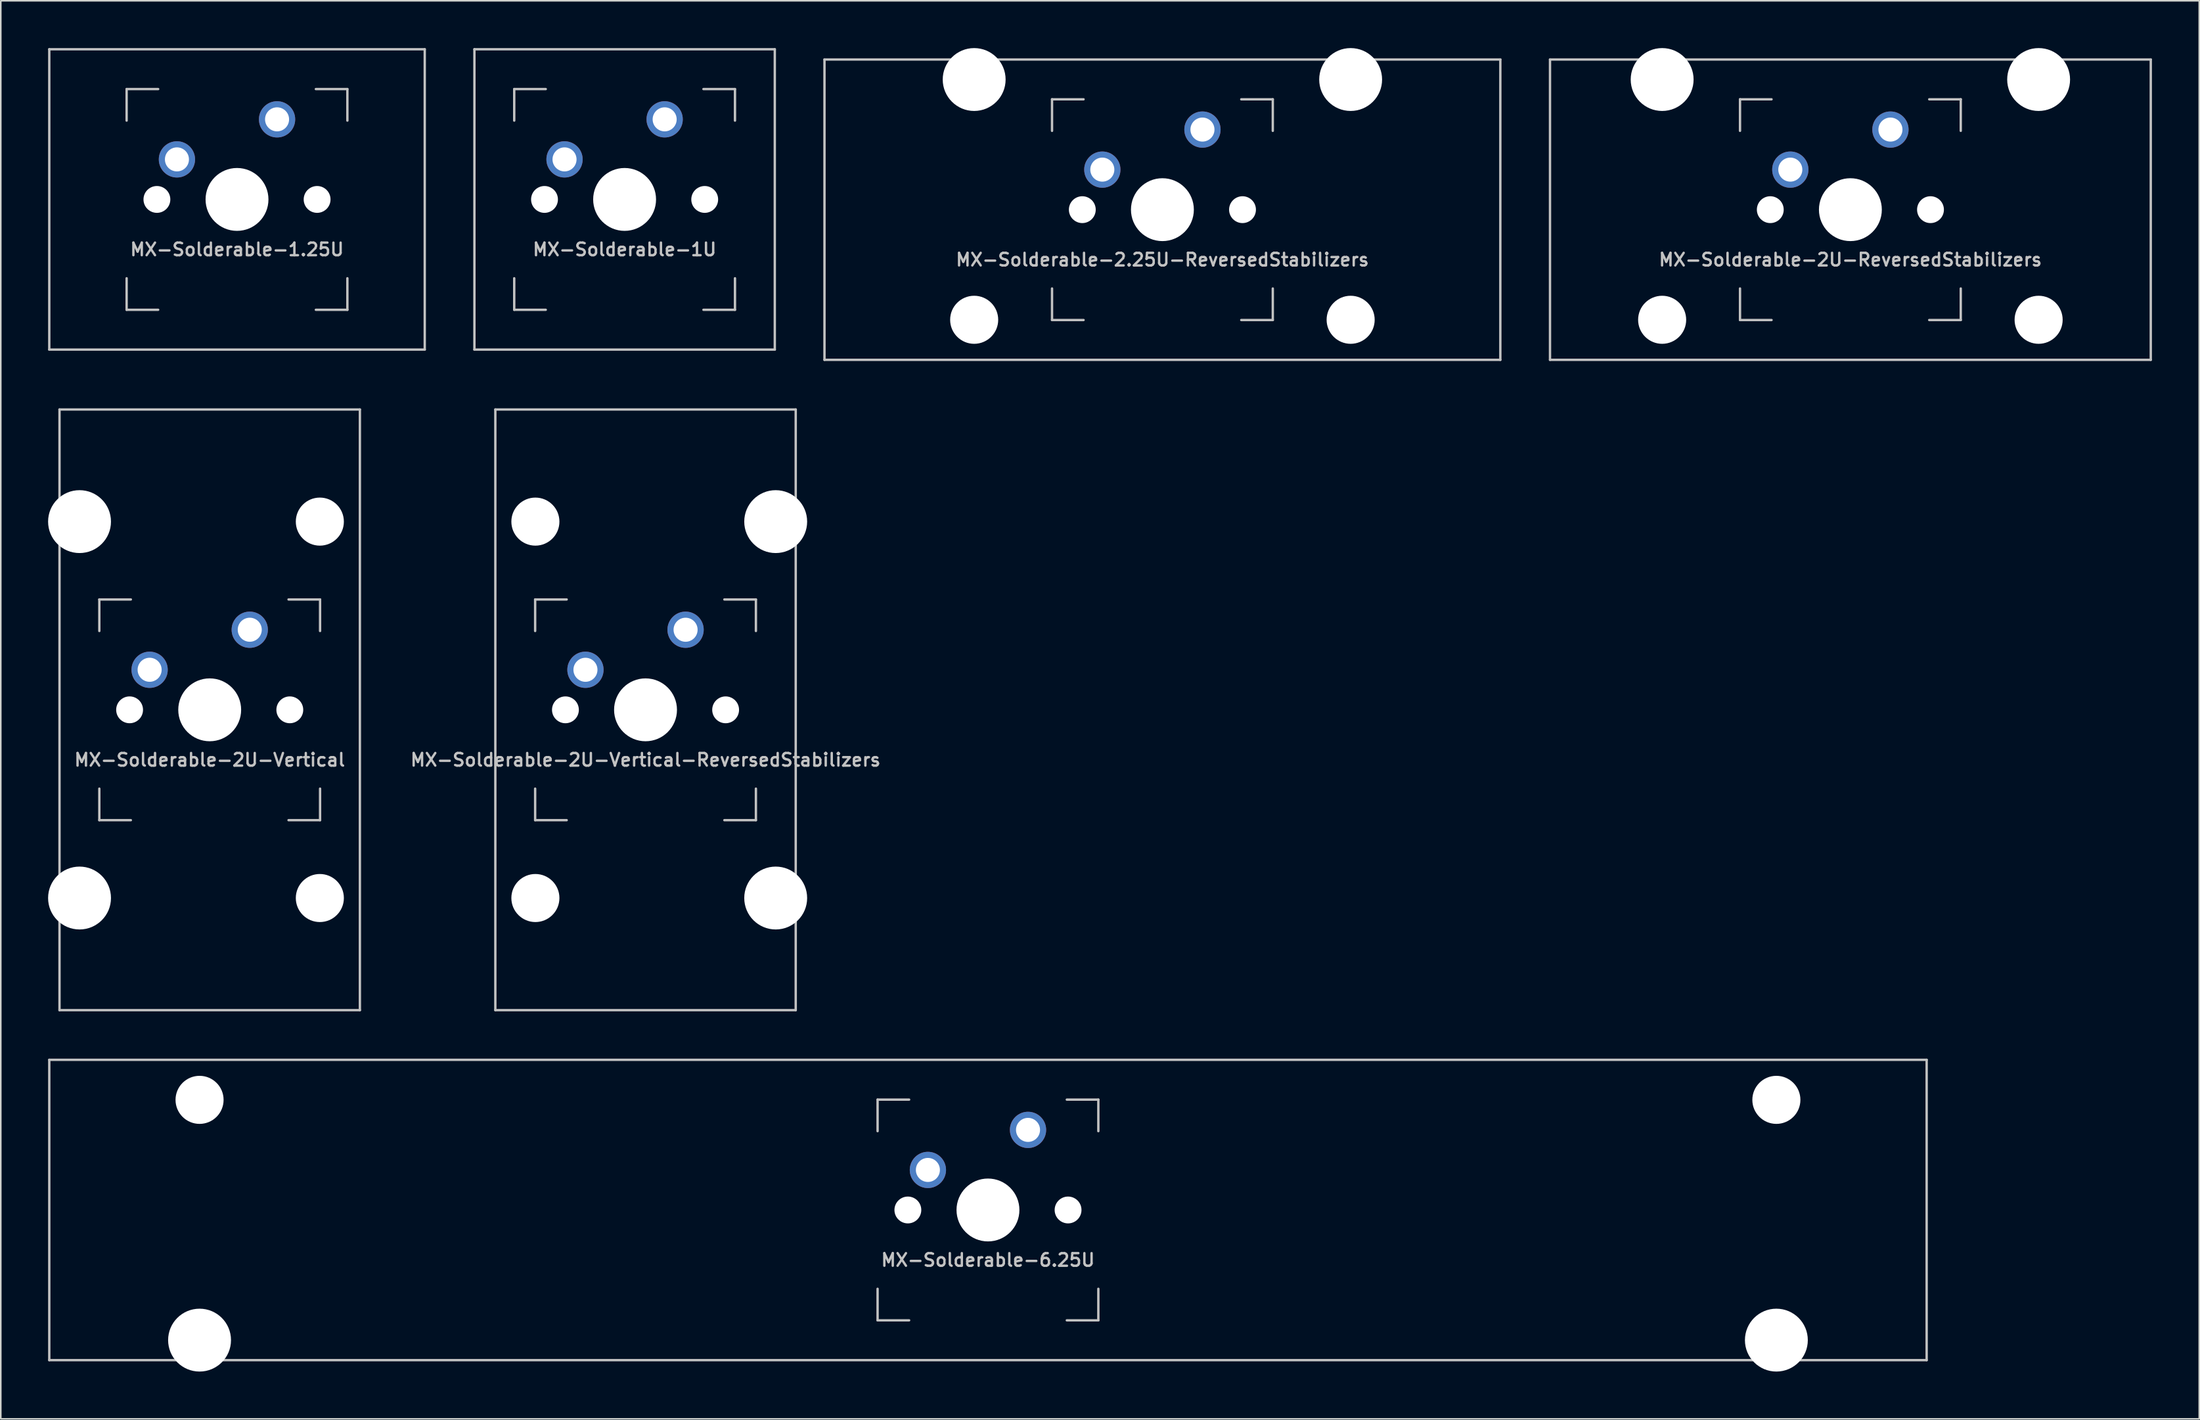
<source format=kicad_pcb>
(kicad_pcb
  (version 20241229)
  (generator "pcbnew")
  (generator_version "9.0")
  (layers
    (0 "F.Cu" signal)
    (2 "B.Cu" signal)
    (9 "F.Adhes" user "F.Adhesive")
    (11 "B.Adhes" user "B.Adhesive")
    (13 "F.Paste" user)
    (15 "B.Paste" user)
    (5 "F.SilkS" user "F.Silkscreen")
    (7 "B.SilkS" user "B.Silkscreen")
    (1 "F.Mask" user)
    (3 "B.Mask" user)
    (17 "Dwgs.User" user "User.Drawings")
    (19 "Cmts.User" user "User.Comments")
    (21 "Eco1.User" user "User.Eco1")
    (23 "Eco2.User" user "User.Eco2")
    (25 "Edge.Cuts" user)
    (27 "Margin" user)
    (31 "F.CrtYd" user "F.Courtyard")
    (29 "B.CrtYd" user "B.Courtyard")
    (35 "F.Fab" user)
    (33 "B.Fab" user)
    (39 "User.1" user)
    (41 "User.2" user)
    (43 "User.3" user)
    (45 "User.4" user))
  (footprint "MX-Solderable-1U"
    (layer "F.Cu")
    (at 36.562 9.6)
    (property "Reference" "MX-Solderable-1U" (at 0 3.175 0) (layer "Dwgs.User") (effects (font (size 0.8 0.8) (thickness 0.15))))
    (attr through_hole)
    (fp_line (start -9.525 9.525) (end -9.525 -9.525) (stroke (width 0.15) (type solid)) (layer "Dwgs.User"))
    (fp_line (start -7 -7) (end -7 -5) (stroke (width 0.15) (type solid)) (layer "Dwgs.User"))
    (fp_line (start -7 5) (end -7 7) (stroke (width 0.15) (type solid)) (layer "Dwgs.User"))
    (fp_line (start -7 7) (end -5 7) (stroke (width 0.15) (type solid)) (layer "Dwgs.User"))
    (fp_line (start -5 -7) (end -7 -7) (stroke (width 0.15) (type solid)) (layer "Dwgs.User"))
    (fp_line (start 5 -7) (end 7 -7) (stroke (width 0.15) (type solid)) (layer "Dwgs.User"))
    (fp_line (start 5 7) (end 7 7) (stroke (width 0.15) (type solid)) (layer "Dwgs.User"))
    (fp_line (start 7 -7) (end 7 -5) (stroke (width 0.15) (type solid)) (layer "Dwgs.User"))
    (fp_line (start 7 7) (end 7 5) (stroke (width 0.15) (type solid)) (layer "Dwgs.User"))
    (fp_line (start 9.525 -9.525) (end -9.525 -9.525) (stroke (width 0.15) (type solid)) (layer "Dwgs.User"))
    (fp_line (start 9.525 9.525) (end -9.525 9.525) (stroke (width 0.15) (type solid)) (layer "Dwgs.User"))
    (fp_line (start 9.525 9.525) (end 9.525 -9.525) (stroke (width 0.15) (type solid)) (layer "Dwgs.User"))
    (pad "" np_thru_hole circle (at -5.08 0 48.099) (size 1.702 1.702) (drill 1.702) (layers "*.Cu" "*.Mask"))
    (pad "" np_thru_hole circle (at 0 0) (size 3.988 3.988) (drill 3.988) (layers "*.Cu" "*.Mask"))
    (pad "" np_thru_hole circle (at 5.08 0 48.099) (size 1.702 1.702) (drill 1.702) (layers "*.Cu" "*.Mask"))
    (pad "1" thru_hole circle (at -3.81 -2.54) (size 2.3 2.3) (drill 1.524) (layers "*.Cu" "B.Mask"))
    (pad "2" thru_hole circle (at 2.54 -5.08) (size 2.3 2.3) (drill 1.524) (layers "*.Cu" "B.Mask")))
  (footprint "MX-Solderable-1.25U"
    (layer "F.Cu")
    (at 11.981 9.6)
    (property "Reference" "MX-Solderable-1.25U" (at 0 3.175 0) (layer "Dwgs.User") (effects (font (size 0.8 0.8) (thickness 0.15))))
    (attr through_hole)
    (fp_line (start -11.906 9.525) (end -11.906 -9.525) (stroke (width 0.15) (type solid)) (layer "Dwgs.User"))
    (fp_line (start -7 -7) (end -7 -5) (stroke (width 0.15) (type solid)) (layer "Dwgs.User"))
    (fp_line (start -7 5) (end -7 7) (stroke (width 0.15) (type solid)) (layer "Dwgs.User"))
    (fp_line (start -7 7) (end -5 7) (stroke (width 0.15) (type solid)) (layer "Dwgs.User"))
    (fp_line (start -5 -7) (end -7 -7) (stroke (width 0.15) (type solid)) (layer "Dwgs.User"))
    (fp_line (start 5 -7) (end 7 -7) (stroke (width 0.15) (type solid)) (layer "Dwgs.User"))
    (fp_line (start 5 7) (end 7 7) (stroke (width 0.15) (type solid)) (layer "Dwgs.User"))
    (fp_line (start 7 -7) (end 7 -5) (stroke (width 0.15) (type solid)) (layer "Dwgs.User"))
    (fp_line (start 7 7) (end 7 5) (stroke (width 0.15) (type solid)) (layer "Dwgs.User"))
    (fp_line (start 11.906 -9.525) (end -11.906 -9.525) (stroke (width 0.15) (type solid)) (layer "Dwgs.User"))
    (fp_line (start 11.906 9.525) (end -11.906 9.525) (stroke (width 0.15) (type solid)) (layer "Dwgs.User"))
    (fp_line (start 11.906 9.525) (end 11.906 -9.525) (stroke (width 0.15) (type solid)) (layer "Dwgs.User"))
    (pad "" np_thru_hole circle (at -5.08 0 48.099) (size 1.702 1.702) (drill 1.702) (layers "*.Cu" "*.Mask"))
    (pad "" np_thru_hole circle (at 0 0) (size 3.988 3.988) (drill 3.988) (layers "*.Cu" "*.Mask"))
    (pad "" np_thru_hole circle (at 5.08 0 48.099) (size 1.702 1.702) (drill 1.702) (layers "*.Cu" "*.Mask"))
    (pad "1" thru_hole circle (at -3.81 -2.54) (size 2.3 2.3) (drill 1.524) (layers "*.Cu" "B.Mask"))
    (pad "2" thru_hole circle (at 2.54 -5.08) (size 2.3 2.3) (drill 1.524) (layers "*.Cu" "B.Mask")))
  (footprint "MX-Solderable-2U-Vertical"
    (layer "F.Cu")
    (at 10.249 41.974)
    (property "Reference" "MX-Solderable-2U-Vertical" (at 0 3.175 0) (layer "Dwgs.User") (effects (font (size 0.8 0.8) (thickness 0.15))))
    (attr through_hole)
    (fp_line (start -9.525 19.05) (end -9.525 -19.05) (stroke (width 0.15) (type solid)) (layer "Dwgs.User"))
    (fp_line (start -7 -7) (end -7 -5) (stroke (width 0.15) (type solid)) (layer "Dwgs.User"))
    (fp_line (start -7 5) (end -7 7) (stroke (width 0.15) (type solid)) (layer "Dwgs.User"))
    (fp_line (start -7 7) (end -5 7) (stroke (width 0.15) (type solid)) (layer "Dwgs.User"))
    (fp_line (start -5 -7) (end -7 -7) (stroke (width 0.15) (type solid)) (layer "Dwgs.User"))
    (fp_line (start 5 -7) (end 7 -7) (stroke (width 0.15) (type solid)) (layer "Dwgs.User"))
    (fp_line (start 5 7) (end 7 7) (stroke (width 0.15) (type solid)) (layer "Dwgs.User"))
    (fp_line (start 7 -7) (end 7 -5) (stroke (width 0.15) (type solid)) (layer "Dwgs.User"))
    (fp_line (start 7 7) (end 7 5) (stroke (width 0.15) (type solid)) (layer "Dwgs.User"))
    (fp_line (start 9.525 -19.05) (end -9.525 -19.05) (stroke (width 0.15) (type solid)) (layer "Dwgs.User"))
    (fp_line (start 9.525 19.05) (end -9.525 19.05) (stroke (width 0.15) (type solid)) (layer "Dwgs.User"))
    (fp_line (start 9.525 19.05) (end 9.525 -19.05) (stroke (width 0.15) (type solid)) (layer "Dwgs.User"))
    (pad "" np_thru_hole circle (at -8.255 -11.938) (size 3.988 3.988) (drill 3.988) (layers "*.Cu" "*.Mask"))
    (pad "" np_thru_hole circle (at -8.255 11.938) (size 3.988 3.988) (drill 3.988) (layers "*.Cu" "*.Mask"))
    (pad "" np_thru_hole circle (at -5.08 0 48.099) (size 1.702 1.702) (drill 1.702) (layers "*.Cu" "*.Mask"))
    (pad "" np_thru_hole circle (at 0 0) (size 3.988 3.988) (drill 3.988) (layers "*.Cu" "*.Mask"))
    (pad "" np_thru_hole circle (at 5.08 0 48.099) (size 1.702 1.702) (drill 1.702) (layers "*.Cu" "*.Mask"))
    (pad "" np_thru_hole circle (at 6.985 -11.938) (size 3.048 3.048) (drill 3.048) (layers "*.Cu" "*.Mask"))
    (pad "" np_thru_hole circle (at 6.985 11.938) (size 3.048 3.048) (drill 3.048) (layers "*.Cu" "*.Mask"))
    (pad "1" thru_hole circle (at -3.81 -2.54) (size 2.3 2.3) (drill 1.524) (layers "*.Cu" "B.Mask"))
    (pad "2" thru_hole circle (at 2.54 -5.08) (size 2.3 2.3) (drill 1.524) (layers "*.Cu" "B.Mask")))
  (footprint "MX-Solderable-2.25U-ReversedStabilizers"
    (layer "F.Cu")
    (at 70.669 10.249)
    (property "Reference" "MX-Solderable-2.25U-ReversedStabilizers" (at 0 3.175 0) (layer "Dwgs.User") (effects (font (size 0.8 0.8) (thickness 0.15))))
    (attr through_hole)
    (fp_line (start -21.431 9.525) (end -21.431 -9.525) (stroke (width 0.15) (type solid)) (layer "Dwgs.User"))
    (fp_line (start -7 -7) (end -7 -5) (stroke (width 0.15) (type solid)) (layer "Dwgs.User"))
    (fp_line (start -7 5) (end -7 7) (stroke (width 0.15) (type solid)) (layer "Dwgs.User"))
    (fp_line (start -7 7) (end -5 7) (stroke (width 0.15) (type solid)) (layer "Dwgs.User"))
    (fp_line (start -5 -7) (end -7 -7) (stroke (width 0.15) (type solid)) (layer "Dwgs.User"))
    (fp_line (start 5 -7) (end 7 -7) (stroke (width 0.15) (type solid)) (layer "Dwgs.User"))
    (fp_line (start 5 7) (end 7 7) (stroke (width 0.15) (type solid)) (layer "Dwgs.User"))
    (fp_line (start 7 -7) (end 7 -5) (stroke (width 0.15) (type solid)) (layer "Dwgs.User"))
    (fp_line (start 7 7) (end 7 5) (stroke (width 0.15) (type solid)) (layer "Dwgs.User"))
    (fp_line (start 21.431 -9.525) (end -21.431 -9.525) (stroke (width 0.15) (type solid)) (layer "Dwgs.User"))
    (fp_line (start 21.431 9.525) (end -21.431 9.525) (stroke (width 0.15) (type solid)) (layer "Dwgs.User"))
    (fp_line (start 21.431 9.525) (end 21.431 -9.525) (stroke (width 0.15) (type solid)) (layer "Dwgs.User"))
    (pad "" np_thru_hole circle (at -11.938 -8.255) (size 3.988 3.988) (drill 3.988) (layers "*.Cu" "*.Mask"))
    (pad "" np_thru_hole circle (at -11.938 6.985) (size 3.048 3.048) (drill 3.048) (layers "*.Cu" "*.Mask"))
    (pad "" np_thru_hole circle (at -5.08 0 48.099) (size 1.702 1.702) (drill 1.702) (layers "*.Cu" "*.Mask"))
    (pad "" np_thru_hole circle (at 0 0) (size 3.988 3.988) (drill 3.988) (layers "*.Cu" "*.Mask"))
    (pad "" np_thru_hole circle (at 5.08 0 48.099) (size 1.702 1.702) (drill 1.702) (layers "*.Cu" "*.Mask"))
    (pad "" np_thru_hole circle (at 11.938 -8.255) (size 3.988 3.988) (drill 3.988) (layers "*.Cu" "*.Mask"))
    (pad "" np_thru_hole circle (at 11.938 6.985) (size 3.048 3.048) (drill 3.048) (layers "*.Cu" "*.Mask"))
    (pad "1" thru_hole circle (at -3.81 -2.54) (size 2.3 2.3) (drill 1.524) (layers "*.Cu" "B.Mask"))
    (pad "2" thru_hole circle (at 2.54 -5.08) (size 2.3 2.3) (drill 1.524) (layers "*.Cu" "B.Mask")))
  (footprint "MX-Solderable-6.25U"
    (layer "F.Cu")
    (at 59.606 73.699)
    (property "Reference" "MX-Solderable-6.25U" (at 0 3.175 0) (layer "Dwgs.User") (effects (font (size 0.8 0.8) (thickness 0.15))))
    (attr through_hole)
    (fp_line (start -59.531 9.525) (end -59.531 -9.525) (stroke (width 0.15) (type solid)) (layer "Dwgs.User"))
    (fp_line (start -7 -7) (end -7 -5) (stroke (width 0.15) (type solid)) (layer "Dwgs.User"))
    (fp_line (start -7 5) (end -7 7) (stroke (width 0.15) (type solid)) (layer "Dwgs.User"))
    (fp_line (start -7 7) (end -5 7) (stroke (width 0.15) (type solid)) (layer "Dwgs.User"))
    (fp_line (start -5 -7) (end -7 -7) (stroke (width 0.15) (type solid)) (layer "Dwgs.User"))
    (fp_line (start 5 -7) (end 7 -7) (stroke (width 0.15) (type solid)) (layer "Dwgs.User"))
    (fp_line (start 5 7) (end 7 7) (stroke (width 0.15) (type solid)) (layer "Dwgs.User"))
    (fp_line (start 7 -7) (end 7 -5) (stroke (width 0.15) (type solid)) (layer "Dwgs.User"))
    (fp_line (start 7 7) (end 7 5) (stroke (width 0.15) (type solid)) (layer "Dwgs.User"))
    (fp_line (start 59.531 -9.525) (end -59.531 -9.525) (stroke (width 0.15) (type solid)) (layer "Dwgs.User"))
    (fp_line (start 59.531 9.525) (end -59.531 9.525) (stroke (width 0.15) (type solid)) (layer "Dwgs.User"))
    (fp_line (start 59.531 9.525) (end 59.531 -9.525) (stroke (width 0.15) (type solid)) (layer "Dwgs.User"))
    (pad "" np_thru_hole circle (at -50 -6.985) (size 3.048 3.048) (drill 3.048) (layers "*.Cu" "*.Mask"))
    (pad "" np_thru_hole circle (at -50 8.255) (size 3.988 3.988) (drill 3.988) (layers "*.Cu" "*.Mask"))
    (pad "" np_thru_hole circle (at -5.08 0 48.099) (size 1.702 1.702) (drill 1.702) (layers "*.Cu" "*.Mask"))
    (pad "" np_thru_hole circle (at 0 0) (size 3.988 3.988) (drill 3.988) (layers "*.Cu" "*.Mask"))
    (pad "" np_thru_hole circle (at 5.08 0 48.099) (size 1.702 1.702) (drill 1.702) (layers "*.Cu" "*.Mask"))
    (pad "" np_thru_hole circle (at 50 -6.985) (size 3.048 3.048) (drill 3.048) (layers "*.Cu" "*.Mask"))
    (pad "" np_thru_hole circle (at 50 8.255) (size 3.988 3.988) (drill 3.988) (layers "*.Cu" "*.Mask"))
    (pad "1" thru_hole circle (at -3.81 -2.54) (size 2.3 2.3) (drill 1.524) (layers "*.Cu" "B.Mask"))
    (pad "2" thru_hole circle (at 2.54 -5.08) (size 2.3 2.3) (drill 1.524) (layers "*.Cu" "B.Mask")))
  (footprint "MX-Solderable-2U-Vertical-ReversedStabilizers"
    (layer "F.Cu")
    (at 37.889 41.974)
    (property "Reference" "MX-Solderable-2U-Vertical-ReversedStabilizers" (at 0 3.175 0) (layer "Dwgs.User") (effects (font (size 0.8 0.8) (thickness 0.15))))
    (attr through_hole)
    (fp_line (start -9.525 19.05) (end -9.525 -19.05) (stroke (width 0.15) (type solid)) (layer "Dwgs.User"))
    (fp_line (start -7 -7) (end -7 -5) (stroke (width 0.15) (type solid)) (layer "Dwgs.User"))
    (fp_line (start -7 5) (end -7 7) (stroke (width 0.15) (type solid)) (layer "Dwgs.User"))
    (fp_line (start -7 7) (end -5 7) (stroke (width 0.15) (type solid)) (layer "Dwgs.User"))
    (fp_line (start -5 -7) (end -7 -7) (stroke (width 0.15) (type solid)) (layer "Dwgs.User"))
    (fp_line (start 5 -7) (end 7 -7) (stroke (width 0.15) (type solid)) (layer "Dwgs.User"))
    (fp_line (start 5 7) (end 7 7) (stroke (width 0.15) (type solid)) (layer "Dwgs.User"))
    (fp_line (start 7 -7) (end 7 -5) (stroke (width 0.15) (type solid)) (layer "Dwgs.User"))
    (fp_line (start 7 7) (end 7 5) (stroke (width 0.15) (type solid)) (layer "Dwgs.User"))
    (fp_line (start 9.525 -19.05) (end -9.525 -19.05) (stroke (width 0.15) (type solid)) (layer "Dwgs.User"))
    (fp_line (start 9.525 19.05) (end -9.525 19.05) (stroke (width 0.15) (type solid)) (layer "Dwgs.User"))
    (fp_line (start 9.525 19.05) (end 9.525 -19.05) (stroke (width 0.15) (type solid)) (layer "Dwgs.User"))
    (pad "" np_thru_hole circle (at -6.985 -11.938) (size 3.048 3.048) (drill 3.048) (layers "*.Cu" "*.Mask"))
    (pad "" np_thru_hole circle (at -6.985 11.938) (size 3.048 3.048) (drill 3.048) (layers "*.Cu" "*.Mask"))
    (pad "" np_thru_hole circle (at -5.08 0 48.099) (size 1.702 1.702) (drill 1.702) (layers "*.Cu" "*.Mask"))
    (pad "" np_thru_hole circle (at 0 0) (size 3.988 3.988) (drill 3.988) (layers "*.Cu" "*.Mask"))
    (pad "" np_thru_hole circle (at 5.08 0 48.099) (size 1.702 1.702) (drill 1.702) (layers "*.Cu" "*.Mask"))
    (pad "" np_thru_hole circle (at 8.255 -11.938) (size 3.988 3.988) (drill 3.988) (layers "*.Cu" "*.Mask"))
    (pad "" np_thru_hole circle (at 8.255 11.938) (size 3.988 3.988) (drill 3.988) (layers "*.Cu" "*.Mask"))
    (pad "1" thru_hole circle (at -3.81 -2.54) (size 2.3 2.3) (drill 1.524) (layers "*.Cu" "B.Mask"))
    (pad "2" thru_hole circle (at 2.54 -5.08) (size 2.3 2.3) (drill 1.524) (layers "*.Cu" "B.Mask")))
  (footprint "MX-Solderable-2U-ReversedStabilizers"
    (layer "F.Cu")
    (at 114.3 10.249)
    (property "Reference" "MX-Solderable-2U-ReversedStabilizers" (at 0 3.175 0) (layer "Dwgs.User") (effects (font (size 0.8 0.8) (thickness 0.15))))
    (attr through_hole)
    (fp_line (start -19.05 9.525) (end -19.05 -9.525) (stroke (width 0.15) (type solid)) (layer "Dwgs.User"))
    (fp_line (start -7 -7) (end -7 -5) (stroke (width 0.15) (type solid)) (layer "Dwgs.User"))
    (fp_line (start -7 5) (end -7 7) (stroke (width 0.15) (type solid)) (layer "Dwgs.User"))
    (fp_line (start -7 7) (end -5 7) (stroke (width 0.15) (type solid)) (layer "Dwgs.User"))
    (fp_line (start -5 -7) (end -7 -7) (stroke (width 0.15) (type solid)) (layer "Dwgs.User"))
    (fp_line (start 5 -7) (end 7 -7) (stroke (width 0.15) (type solid)) (layer "Dwgs.User"))
    (fp_line (start 5 7) (end 7 7) (stroke (width 0.15) (type solid)) (layer "Dwgs.User"))
    (fp_line (start 7 -7) (end 7 -5) (stroke (width 0.15) (type solid)) (layer "Dwgs.User"))
    (fp_line (start 7 7) (end 7 5) (stroke (width 0.15) (type solid)) (layer "Dwgs.User"))
    (fp_line (start 19.05 -9.525) (end -19.05 -9.525) (stroke (width 0.15) (type solid)) (layer "Dwgs.User"))
    (fp_line (start 19.05 9.525) (end -19.05 9.525) (stroke (width 0.15) (type solid)) (layer "Dwgs.User"))
    (fp_line (start 19.05 9.525) (end 19.05 -9.525) (stroke (width 0.15) (type solid)) (layer "Dwgs.User"))
    (pad "" np_thru_hole circle (at -11.938 -8.255) (size 3.988 3.988) (drill 3.988) (layers "*.Cu" "*.Mask"))
    (pad "" np_thru_hole circle (at -11.938 6.985) (size 3.048 3.048) (drill 3.048) (layers "*.Cu" "*.Mask"))
    (pad "" np_thru_hole circle (at -5.08 0 48.099) (size 1.702 1.702) (drill 1.702) (layers "*.Cu" "*.Mask"))
    (pad "" np_thru_hole circle (at 0 0) (size 3.988 3.988) (drill 3.988) (layers "*.Cu" "*.Mask"))
    (pad "" np_thru_hole circle (at 5.08 0 48.099) (size 1.702 1.702) (drill 1.702) (layers "*.Cu" "*.Mask"))
    (pad "" np_thru_hole circle (at 11.938 -8.255) (size 3.988 3.988) (drill 3.988) (layers "*.Cu" "*.Mask"))
    (pad "" np_thru_hole circle (at 11.938 6.985) (size 3.048 3.048) (drill 3.048) (layers "*.Cu" "*.Mask"))
    (pad "1" thru_hole circle (at -3.81 -2.54) (size 2.3 2.3) (drill 1.524) (layers "*.Cu" "B.Mask"))
    (pad "2" thru_hole circle (at 2.54 -5.08) (size 2.3 2.3) (drill 1.524) (layers "*.Cu" "B.Mask")))
  (gr_rect
    (start -3 -3)
    (end 136.425 86.948)
    (stroke (width 0.1) (type default))
    (fill no)
    (layer "Edge.Cuts")))
</source>
